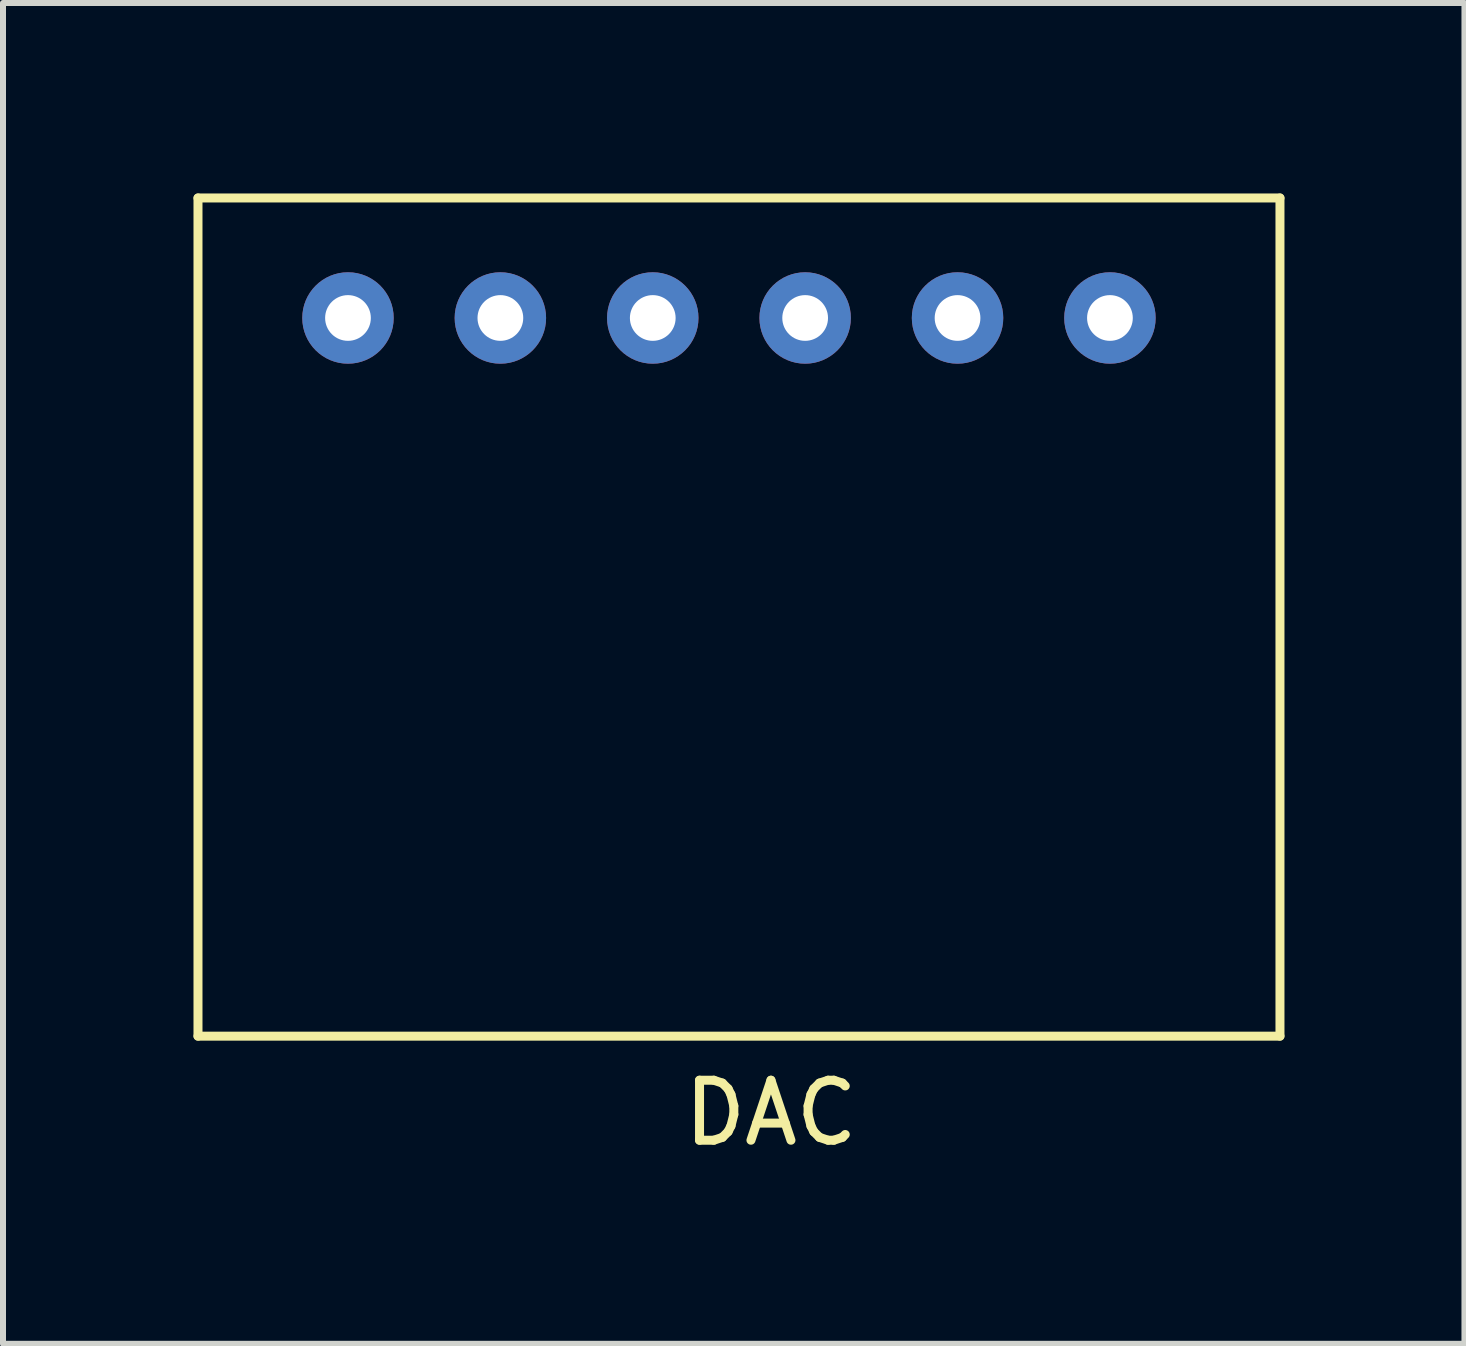
<source format=kicad_pcb>
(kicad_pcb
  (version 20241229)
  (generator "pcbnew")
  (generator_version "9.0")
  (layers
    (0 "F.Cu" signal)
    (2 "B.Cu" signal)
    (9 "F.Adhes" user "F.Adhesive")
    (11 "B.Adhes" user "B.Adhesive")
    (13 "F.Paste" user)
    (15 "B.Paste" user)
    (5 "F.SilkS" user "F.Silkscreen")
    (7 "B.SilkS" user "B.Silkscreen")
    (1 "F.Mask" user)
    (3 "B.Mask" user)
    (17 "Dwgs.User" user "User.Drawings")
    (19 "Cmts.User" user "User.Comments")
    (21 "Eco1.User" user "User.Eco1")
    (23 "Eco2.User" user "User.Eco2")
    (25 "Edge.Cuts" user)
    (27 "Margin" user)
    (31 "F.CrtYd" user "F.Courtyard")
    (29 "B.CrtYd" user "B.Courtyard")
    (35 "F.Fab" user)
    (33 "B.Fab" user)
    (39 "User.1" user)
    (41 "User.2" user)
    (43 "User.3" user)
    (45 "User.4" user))
  (footprint "DAC"
    (layer "F.Cu")
    (at 0.25 0.25)
    (property "Reference" "DAC" (at 9.55 15.25 0) (layer "F.SilkS") (effects (font (size 1 1) (thickness 0.15))))
    (attr through_hole)
    (fp_line (start 0 0) (end 18.034 0) (stroke (width 0.15) (type solid)) (layer "F.SilkS"))
    (fp_line (start 0 13.97) (end 0 0) (stroke (width 0.15) (type solid)) (layer "F.SilkS"))
    (fp_line (start 18.034 0) (end 18.034 13.97) (stroke (width 0.15) (type solid)) (layer "F.SilkS"))
    (fp_line (start 18.034 13.97) (end 0 13.97) (stroke (width 0.15) (type solid)) (layer "F.SilkS"))
    (pad "1" thru_hole circle (at 2.5 2) (size 1.524 1.524) (drill 0.762) (layers "*.Cu" "*.Mask"))
    (pad "2" thru_hole circle (at 5.04 2) (size 1.524 1.524) (drill 0.762) (layers "*.Cu" "*.Mask"))
    (pad "3" thru_hole circle (at 7.58 2) (size 1.524 1.524) (drill 0.762) (layers "*.Cu" "*.Mask"))
    (pad "4" thru_hole circle (at 10.12 2) (size 1.524 1.524) (drill 0.762) (layers "*.Cu" "*.Mask"))
    (pad "5" thru_hole circle (at 12.66 2) (size 1.524 1.524) (drill 0.762) (layers "*.Cu" "*.Mask"))
    (pad "6" thru_hole circle (at 15.2 2) (size 1.524 1.524) (drill 0.762) (layers "*.Cu" "*.Mask")))
  (gr_rect
    (start -3 -3)
    (end 21.359 19.348)
    (stroke (width 0.1) (type default))
    (fill no)
    (layer "Edge.Cuts")))
</source>
